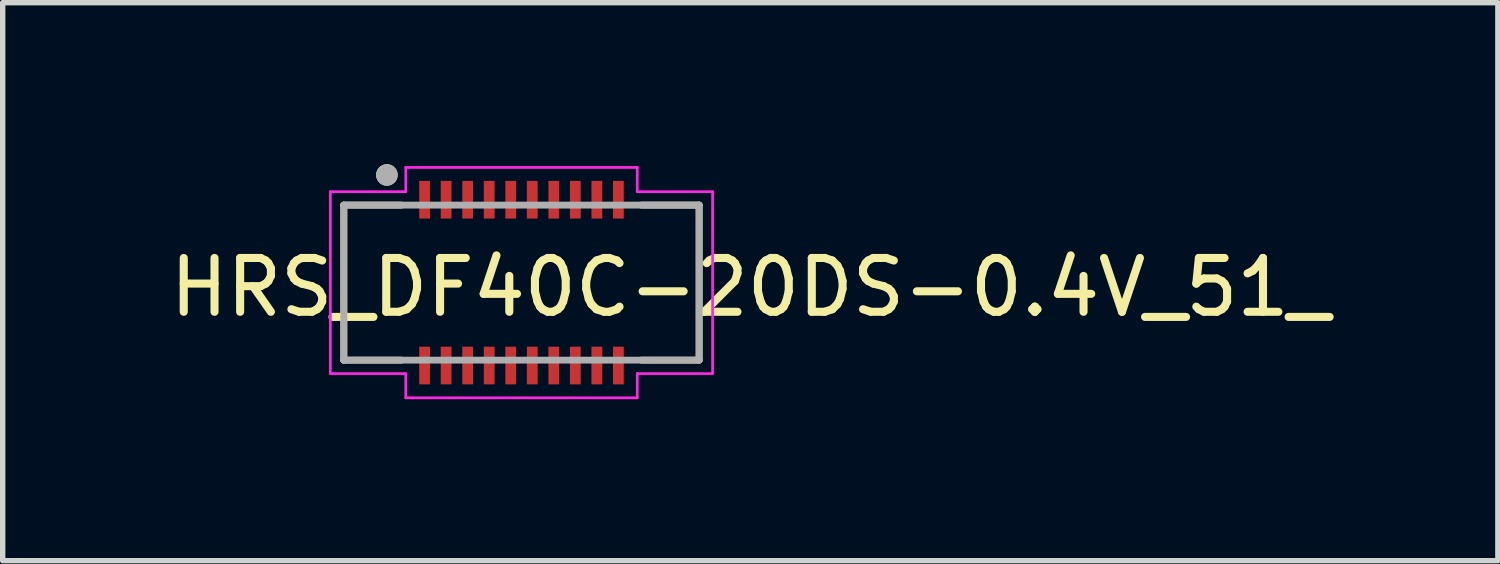
<source format=kicad_pcb>
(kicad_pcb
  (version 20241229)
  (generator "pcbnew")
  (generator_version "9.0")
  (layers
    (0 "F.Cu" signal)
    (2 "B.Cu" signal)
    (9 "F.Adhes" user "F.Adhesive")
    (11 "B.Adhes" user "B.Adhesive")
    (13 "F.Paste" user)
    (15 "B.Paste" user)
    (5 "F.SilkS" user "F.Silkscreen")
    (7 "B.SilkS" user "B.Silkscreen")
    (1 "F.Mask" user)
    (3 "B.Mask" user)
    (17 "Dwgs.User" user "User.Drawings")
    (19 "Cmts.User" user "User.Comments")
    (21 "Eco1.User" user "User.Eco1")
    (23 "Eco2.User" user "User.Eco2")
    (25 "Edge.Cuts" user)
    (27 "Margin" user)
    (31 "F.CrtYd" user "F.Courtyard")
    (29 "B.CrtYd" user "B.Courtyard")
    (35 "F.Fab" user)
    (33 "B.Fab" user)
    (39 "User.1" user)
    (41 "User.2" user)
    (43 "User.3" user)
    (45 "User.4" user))
  (footprint "HRS_DF40C-20DS-0.4V_51_"
    (layer "F.Cu")
    (at 6.637 2.2)
    (property "Reference" "HRS_DF40C-20DS-0.4V_51_" (at 4.25 0.087 0) (layer "F.SilkS") (effects (font (size 1 1) (thickness 0.15))))
    (attr smd)
    (fp_line (start -3.3 -1.44) (end -3.3 1.44) (stroke (width 0.127) (type solid)) (layer "F.SilkS"))
    (fp_line (start -3.3 1.44) (end -2.23 1.44) (stroke (width 0.127) (type solid)) (layer "F.SilkS"))
    (fp_line (start -2.23 -1.44) (end -3.3 -1.44) (stroke (width 0.127) (type solid)) (layer "F.SilkS"))
    (fp_line (start 2.23 -1.44) (end 3.3 -1.44) (stroke (width 0.127) (type solid)) (layer "F.SilkS"))
    (fp_line (start 3.3 -1.44) (end 3.3 1.44) (stroke (width 0.127) (type solid)) (layer "F.SilkS"))
    (fp_line (start 3.3 1.44) (end 2.23 1.44) (stroke (width 0.127) (type solid)) (layer "F.SilkS"))
    (fp_circle (center -2.5 -2) (end -2.4 -2) (stroke (width 0.2) (type solid)) (fill no) (layer "F.SilkS"))
    (fp_poly (pts (xy -1.88 -1.82) (xy -1.72 -1.82) (xy -1.72 -1.26) (xy -1.88 -1.26)) (stroke (width 0.01) (type solid)) (fill yes) (layer "F.Paste"))
    (fp_poly (pts (xy -1.88 1.26) (xy -1.72 1.26) (xy -1.72 1.82) (xy -1.88 1.82)) (stroke (width 0.01) (type solid)) (fill yes) (layer "F.Paste"))
    (fp_poly (pts (xy -1.48 -1.82) (xy -1.32 -1.82) (xy -1.32 -1.26) (xy -1.48 -1.26)) (stroke (width 0.01) (type solid)) (fill yes) (layer "F.Paste"))
    (fp_poly (pts (xy -1.48 1.26) (xy -1.32 1.26) (xy -1.32 1.82) (xy -1.48 1.82)) (stroke (width 0.01) (type solid)) (fill yes) (layer "F.Paste"))
    (fp_poly (pts (xy -1.08 -1.82) (xy -0.92 -1.82) (xy -0.92 -1.26) (xy -1.08 -1.26)) (stroke (width 0.01) (type solid)) (fill yes) (layer "F.Paste"))
    (fp_poly (pts (xy -1.08 1.26) (xy -0.92 1.26) (xy -0.92 1.82) (xy -1.08 1.82)) (stroke (width 0.01) (type solid)) (fill yes) (layer "F.Paste"))
    (fp_poly (pts (xy -0.68 -1.82) (xy -0.52 -1.82) (xy -0.52 -1.26) (xy -0.68 -1.26)) (stroke (width 0.01) (type solid)) (fill yes) (layer "F.Paste"))
    (fp_poly (pts (xy -0.68 1.26) (xy -0.52 1.26) (xy -0.52 1.82) (xy -0.68 1.82)) (stroke (width 0.01) (type solid)) (fill yes) (layer "F.Paste"))
    (fp_poly (pts (xy -0.28 -1.82) (xy -0.12 -1.82) (xy -0.12 -1.26) (xy -0.28 -1.26)) (stroke (width 0.01) (type solid)) (fill yes) (layer "F.Paste"))
    (fp_poly (pts (xy -0.28 1.26) (xy -0.12 1.26) (xy -0.12 1.82) (xy -0.28 1.82)) (stroke (width 0.01) (type solid)) (fill yes) (layer "F.Paste"))
    (fp_poly (pts (xy 0.12 -1.82) (xy 0.28 -1.82) (xy 0.28 -1.26) (xy 0.12 -1.26)) (stroke (width 0.01) (type solid)) (fill yes) (layer "F.Paste"))
    (fp_poly (pts (xy 0.12 1.26) (xy 0.28 1.26) (xy 0.28 1.82) (xy 0.12 1.82)) (stroke (width 0.01) (type solid)) (fill yes) (layer "F.Paste"))
    (fp_poly (pts (xy 0.52 -1.82) (xy 0.68 -1.82) (xy 0.68 -1.26) (xy 0.52 -1.26)) (stroke (width 0.01) (type solid)) (fill yes) (layer "F.Paste"))
    (fp_poly (pts (xy 0.52 1.26) (xy 0.68 1.26) (xy 0.68 1.82) (xy 0.52 1.82)) (stroke (width 0.01) (type solid)) (fill yes) (layer "F.Paste"))
    (fp_poly (pts (xy 0.92 -1.82) (xy 1.08 -1.82) (xy 1.08 -1.26) (xy 0.92 -1.26)) (stroke (width 0.01) (type solid)) (fill yes) (layer "F.Paste"))
    (fp_poly (pts (xy 0.92 1.26) (xy 1.08 1.26) (xy 1.08 1.82) (xy 0.92 1.82)) (stroke (width 0.01) (type solid)) (fill yes) (layer "F.Paste"))
    (fp_poly (pts (xy 1.32 -1.82) (xy 1.48 -1.82) (xy 1.48 -1.26) (xy 1.32 -1.26)) (stroke (width 0.01) (type solid)) (fill yes) (layer "F.Paste"))
    (fp_poly (pts (xy 1.32 1.26) (xy 1.48 1.26) (xy 1.48 1.82) (xy 1.32 1.82)) (stroke (width 0.01) (type solid)) (fill yes) (layer "F.Paste"))
    (fp_poly (pts (xy 1.72 -1.82) (xy 1.88 -1.82) (xy 1.88 -1.26) (xy 1.72 -1.26)) (stroke (width 0.01) (type solid)) (fill yes) (layer "F.Paste"))
    (fp_poly (pts (xy 1.72 1.26) (xy 1.88 1.26) (xy 1.88 1.82) (xy 1.72 1.82)) (stroke (width 0.01) (type solid)) (fill yes) (layer "F.Paste"))
    (fp_line (start -3.55 -1.69) (end -2.15 -1.69) (stroke (width 0.05) (type solid)) (layer "F.CrtYd"))
    (fp_line (start -3.55 1.69) (end -3.55 -1.69) (stroke (width 0.05) (type solid)) (layer "F.CrtYd"))
    (fp_line (start -2.15 -2.14) (end 2.15 -2.14) (stroke (width 0.05) (type solid)) (layer "F.CrtYd"))
    (fp_line (start -2.15 -1.69) (end -2.15 -2.14) (stroke (width 0.05) (type solid)) (layer "F.CrtYd"))
    (fp_line (start -2.15 1.69) (end -3.55 1.69) (stroke (width 0.05) (type solid)) (layer "F.CrtYd"))
    (fp_line (start -2.15 2.14) (end -2.15 1.69) (stroke (width 0.05) (type solid)) (layer "F.CrtYd"))
    (fp_line (start 2.15 -2.14) (end 2.15 -1.69) (stroke (width 0.05) (type solid)) (layer "F.CrtYd"))
    (fp_line (start 2.15 -1.69) (end 3.55 -1.69) (stroke (width 0.05) (type solid)) (layer "F.CrtYd"))
    (fp_line (start 2.15 1.69) (end 2.15 2.14) (stroke (width 0.05) (type solid)) (layer "F.CrtYd"))
    (fp_line (start 2.15 2.14) (end -2.15 2.14) (stroke (width 0.05) (type solid)) (layer "F.CrtYd"))
    (fp_line (start 3.55 -1.69) (end 3.55 1.69) (stroke (width 0.05) (type solid)) (layer "F.CrtYd"))
    (fp_line (start 3.55 1.69) (end 2.15 1.69) (stroke (width 0.05) (type solid)) (layer "F.CrtYd"))
    (fp_line (start -3.3 -1.44) (end 3.3 -1.44) (stroke (width 0.127) (type solid)) (layer "F.Fab"))
    (fp_line (start -3.3 1.44) (end -3.3 -1.44) (stroke (width 0.127) (type solid)) (layer "F.Fab"))
    (fp_line (start 3.3 -1.44) (end 3.3 1.44) (stroke (width 0.127) (type solid)) (layer "F.Fab"))
    (fp_line (start 3.3 1.44) (end -3.3 1.44) (stroke (width 0.127) (type solid)) (layer "F.Fab"))
    (fp_circle (center -2.5 -2) (end -2.4 -2) (stroke (width 0.2) (type solid)) (fill no) (layer "F.Fab"))
    (pad "1" smd rect (at -1.8 -1.54) (size 0.2 0.7) (layers "F.Cu" "F.Mask"))
    (pad "2" smd rect (at -1.8 1.54) (size 0.2 0.7) (layers "F.Cu" "F.Mask"))
    (pad "3" smd rect (at -1.4 -1.54) (size 0.2 0.7) (layers "F.Cu" "F.Mask"))
    (pad "4" smd rect (at -1.4 1.54) (size 0.2 0.7) (layers "F.Cu" "F.Mask"))
    (pad "5" smd rect (at -1 -1.54) (size 0.2 0.7) (layers "F.Cu" "F.Mask"))
    (pad "6" smd rect (at -1 1.54) (size 0.2 0.7) (layers "F.Cu" "F.Mask"))
    (pad "7" smd rect (at -0.6 -1.54) (size 0.2 0.7) (layers "F.Cu" "F.Mask"))
    (pad "8" smd rect (at -0.6 1.54) (size 0.2 0.7) (layers "F.Cu" "F.Mask"))
    (pad "9" smd rect (at -0.2 -1.54) (size 0.2 0.7) (layers "F.Cu" "F.Mask"))
    (pad "10" smd rect (at -0.2 1.54) (size 0.2 0.7) (layers "F.Cu" "F.Mask"))
    (pad "11" smd rect (at 0.2 -1.54) (size 0.2 0.7) (layers "F.Cu" "F.Mask"))
    (pad "12" smd rect (at 0.2 1.54) (size 0.2 0.7) (layers "F.Cu" "F.Mask"))
    (pad "13" smd rect (at 0.6 -1.54) (size 0.2 0.7) (layers "F.Cu" "F.Mask"))
    (pad "14" smd rect (at 0.6 1.54) (size 0.2 0.7) (layers "F.Cu" "F.Mask"))
    (pad "15" smd rect (at 1 -1.54) (size 0.2 0.7) (layers "F.Cu" "F.Mask"))
    (pad "16" smd rect (at 1 1.54) (size 0.2 0.7) (layers "F.Cu" "F.Mask"))
    (pad "17" smd rect (at 1.4 -1.54) (size 0.2 0.7) (layers "F.Cu" "F.Mask"))
    (pad "18" smd rect (at 1.4 1.54) (size 0.2 0.7) (layers "F.Cu" "F.Mask"))
    (pad "19" smd rect (at 1.8 -1.54) (size 0.2 0.7) (layers "F.Cu" "F.Mask"))
    (pad "20" smd rect (at 1.8 1.54) (size 0.2 0.7) (layers "F.Cu" "F.Mask")))
  (gr_rect
    (start -3 -3)
    (end 24.774 7.365)
    (stroke (width 0.1) (type default))
    (fill no)
    (layer "Edge.Cuts")))
</source>
